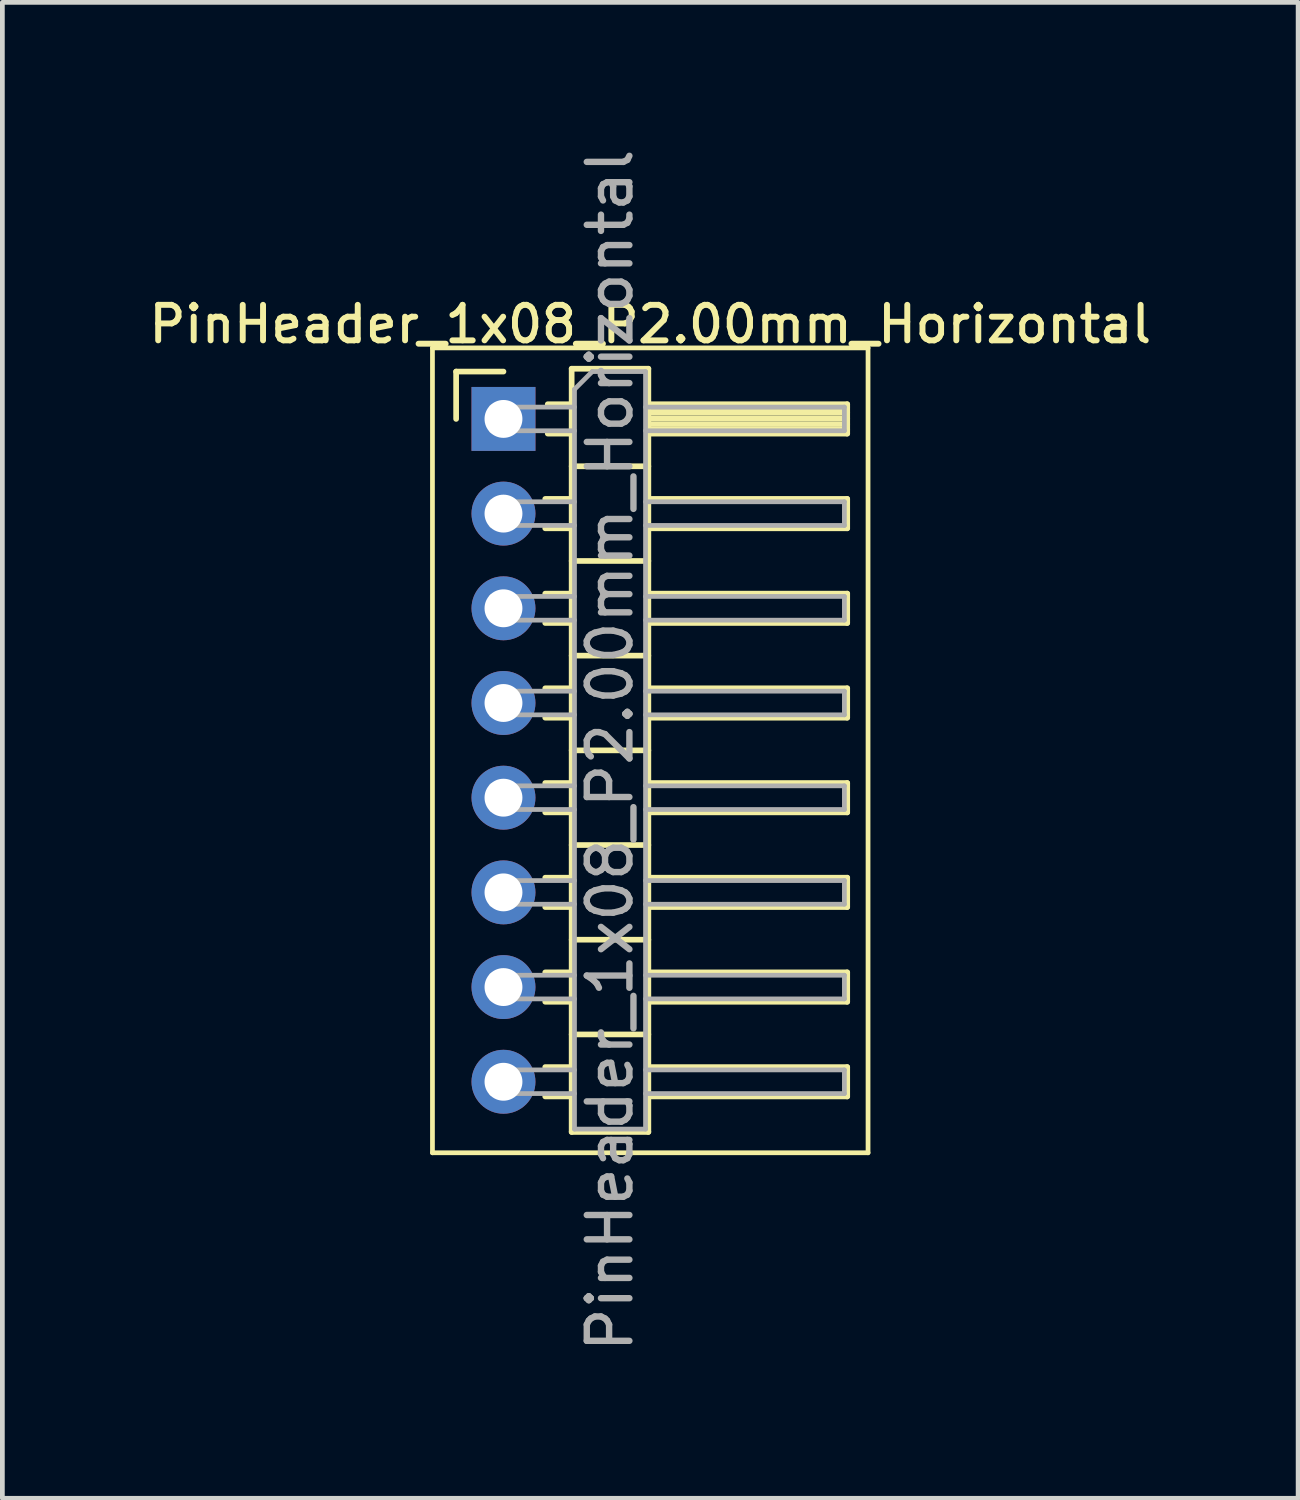
<source format=kicad_pcb>
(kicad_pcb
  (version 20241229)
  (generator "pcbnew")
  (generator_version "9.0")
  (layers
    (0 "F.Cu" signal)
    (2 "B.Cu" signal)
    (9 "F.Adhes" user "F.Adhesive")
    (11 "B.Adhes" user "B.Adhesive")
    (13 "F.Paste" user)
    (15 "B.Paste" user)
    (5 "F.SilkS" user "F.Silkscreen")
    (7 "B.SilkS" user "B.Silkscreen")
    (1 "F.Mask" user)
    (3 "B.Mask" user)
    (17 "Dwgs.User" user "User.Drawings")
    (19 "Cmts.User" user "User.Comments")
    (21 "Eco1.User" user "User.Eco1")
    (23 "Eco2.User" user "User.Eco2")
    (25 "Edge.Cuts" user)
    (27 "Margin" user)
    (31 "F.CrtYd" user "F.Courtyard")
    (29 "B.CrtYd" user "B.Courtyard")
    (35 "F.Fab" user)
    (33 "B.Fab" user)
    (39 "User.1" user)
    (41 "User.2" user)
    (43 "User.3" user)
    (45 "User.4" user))
  (footprint "PinHeader_1x08_P2.00mm_Horizontal"
    (layer "F.Cu")
    (at 7.584 5.798)
    (property "Reference" "PinHeader_1x08_P2.00mm_Horizontal" (at 3.1 -2 0) (layer "F.SilkS") (effects (font (size 0.75 0.75) (thickness 0.125))))
    (attr through_hole)
    (fp_line (start -1.5 -1.5) (end -1.5 15.5) (stroke (width 0.1) (type solid)) (layer "F.SilkS"))
    (fp_line (start -1.5 15.5) (end 7.7 15.5) (stroke (width 0.1) (type solid)) (layer "F.SilkS"))
    (fp_line (start -1 -1) (end 0 -1) (stroke (width 0.12) (type solid)) (layer "F.SilkS"))
    (fp_line (start -1 0) (end -1 -1) (stroke (width 0.12) (type solid)) (layer "F.SilkS"))
    (fp_line (start 0.882 1.69) (end 1.44 1.69) (stroke (width 0.12) (type solid)) (layer "F.SilkS"))
    (fp_line (start 0.882 2.31) (end 1.44 2.31) (stroke (width 0.12) (type solid)) (layer "F.SilkS"))
    (fp_line (start 0.882 3.69) (end 1.44 3.69) (stroke (width 0.12) (type solid)) (layer "F.SilkS"))
    (fp_line (start 0.882 4.31) (end 1.44 4.31) (stroke (width 0.12) (type solid)) (layer "F.SilkS"))
    (fp_line (start 0.882 5.69) (end 1.44 5.69) (stroke (width 0.12) (type solid)) (layer "F.SilkS"))
    (fp_line (start 0.882 6.31) (end 1.44 6.31) (stroke (width 0.12) (type solid)) (layer "F.SilkS"))
    (fp_line (start 0.882 7.69) (end 1.44 7.69) (stroke (width 0.12) (type solid)) (layer "F.SilkS"))
    (fp_line (start 0.882 8.31) (end 1.44 8.31) (stroke (width 0.12) (type solid)) (layer "F.SilkS"))
    (fp_line (start 0.882 9.69) (end 1.44 9.69) (stroke (width 0.12) (type solid)) (layer "F.SilkS"))
    (fp_line (start 0.882 10.31) (end 1.44 10.31) (stroke (width 0.12) (type solid)) (layer "F.SilkS"))
    (fp_line (start 0.882 11.69) (end 1.44 11.69) (stroke (width 0.12) (type solid)) (layer "F.SilkS"))
    (fp_line (start 0.882 12.31) (end 1.44 12.31) (stroke (width 0.12) (type solid)) (layer "F.SilkS"))
    (fp_line (start 0.882 13.69) (end 1.44 13.69) (stroke (width 0.12) (type solid)) (layer "F.SilkS"))
    (fp_line (start 0.882 14.31) (end 1.44 14.31) (stroke (width 0.12) (type solid)) (layer "F.SilkS"))
    (fp_line (start 0.935 -0.31) (end 1.44 -0.31) (stroke (width 0.12) (type solid)) (layer "F.SilkS"))
    (fp_line (start 0.935 0.31) (end 1.44 0.31) (stroke (width 0.12) (type solid)) (layer "F.SilkS"))
    (fp_line (start 1.44 -1.06) (end 1.44 15.06) (stroke (width 0.12) (type solid)) (layer "F.SilkS"))
    (fp_line (start 1.44 1) (end 3.06 1) (stroke (width 0.12) (type solid)) (layer "F.SilkS"))
    (fp_line (start 1.44 3) (end 3.06 3) (stroke (width 0.12) (type solid)) (layer "F.SilkS"))
    (fp_line (start 1.44 5) (end 3.06 5) (stroke (width 0.12) (type solid)) (layer "F.SilkS"))
    (fp_line (start 1.44 7) (end 3.06 7) (stroke (width 0.12) (type solid)) (layer "F.SilkS"))
    (fp_line (start 1.44 9) (end 3.06 9) (stroke (width 0.12) (type solid)) (layer "F.SilkS"))
    (fp_line (start 1.44 11) (end 3.06 11) (stroke (width 0.12) (type solid)) (layer "F.SilkS"))
    (fp_line (start 1.44 13) (end 3.06 13) (stroke (width 0.12) (type solid)) (layer "F.SilkS"))
    (fp_line (start 1.44 15.06) (end 3.06 15.06) (stroke (width 0.12) (type solid)) (layer "F.SilkS"))
    (fp_line (start 3.06 -1.06) (end 1.44 -1.06) (stroke (width 0.12) (type solid)) (layer "F.SilkS"))
    (fp_line (start 3.06 -0.31) (end 7.26 -0.31) (stroke (width 0.12) (type solid)) (layer "F.SilkS"))
    (fp_line (start 3.06 -0.25) (end 7.26 -0.25) (stroke (width 0.12) (type solid)) (layer "F.SilkS"))
    (fp_line (start 3.06 -0.13) (end 7.26 -0.13) (stroke (width 0.12) (type solid)) (layer "F.SilkS"))
    (fp_line (start 3.06 -0.01) (end 7.26 -0.01) (stroke (width 0.12) (type solid)) (layer "F.SilkS"))
    (fp_line (start 3.06 0.11) (end 7.26 0.11) (stroke (width 0.12) (type solid)) (layer "F.SilkS"))
    (fp_line (start 3.06 0.23) (end 7.26 0.23) (stroke (width 0.12) (type solid)) (layer "F.SilkS"))
    (fp_line (start 3.06 1.69) (end 7.26 1.69) (stroke (width 0.12) (type solid)) (layer "F.SilkS"))
    (fp_line (start 3.06 3.69) (end 7.26 3.69) (stroke (width 0.12) (type solid)) (layer "F.SilkS"))
    (fp_line (start 3.06 5.69) (end 7.26 5.69) (stroke (width 0.12) (type solid)) (layer "F.SilkS"))
    (fp_line (start 3.06 7.69) (end 7.26 7.69) (stroke (width 0.12) (type solid)) (layer "F.SilkS"))
    (fp_line (start 3.06 9.69) (end 7.26 9.69) (stroke (width 0.12) (type solid)) (layer "F.SilkS"))
    (fp_line (start 3.06 11.69) (end 7.26 11.69) (stroke (width 0.12) (type solid)) (layer "F.SilkS"))
    (fp_line (start 3.06 13.69) (end 7.26 13.69) (stroke (width 0.12) (type solid)) (layer "F.SilkS"))
    (fp_line (start 3.06 15.06) (end 3.06 -1.06) (stroke (width 0.12) (type solid)) (layer "F.SilkS"))
    (fp_line (start 7.26 -0.31) (end 7.26 0.31) (stroke (width 0.12) (type solid)) (layer "F.SilkS"))
    (fp_line (start 7.26 0.31) (end 3.06 0.31) (stroke (width 0.12) (type solid)) (layer "F.SilkS"))
    (fp_line (start 7.26 1.69) (end 7.26 2.31) (stroke (width 0.12) (type solid)) (layer "F.SilkS"))
    (fp_line (start 7.26 2.31) (end 3.06 2.31) (stroke (width 0.12) (type solid)) (layer "F.SilkS"))
    (fp_line (start 7.26 3.69) (end 7.26 4.31) (stroke (width 0.12) (type solid)) (layer "F.SilkS"))
    (fp_line (start 7.26 4.31) (end 3.06 4.31) (stroke (width 0.12) (type solid)) (layer "F.SilkS"))
    (fp_line (start 7.26 5.69) (end 7.26 6.31) (stroke (width 0.12) (type solid)) (layer "F.SilkS"))
    (fp_line (start 7.26 6.31) (end 3.06 6.31) (stroke (width 0.12) (type solid)) (layer "F.SilkS"))
    (fp_line (start 7.26 7.69) (end 7.26 8.31) (stroke (width 0.12) (type solid)) (layer "F.SilkS"))
    (fp_line (start 7.26 8.31) (end 3.06 8.31) (stroke (width 0.12) (type solid)) (layer "F.SilkS"))
    (fp_line (start 7.26 9.69) (end 7.26 10.31) (stroke (width 0.12) (type solid)) (layer "F.SilkS"))
    (fp_line (start 7.26 10.31) (end 3.06 10.31) (stroke (width 0.12) (type solid)) (layer "F.SilkS"))
    (fp_line (start 7.26 11.69) (end 7.26 12.31) (stroke (width 0.12) (type solid)) (layer "F.SilkS"))
    (fp_line (start 7.26 12.31) (end 3.06 12.31) (stroke (width 0.12) (type solid)) (layer "F.SilkS"))
    (fp_line (start 7.26 13.69) (end 7.26 14.31) (stroke (width 0.12) (type solid)) (layer "F.SilkS"))
    (fp_line (start 7.26 14.31) (end 3.06 14.31) (stroke (width 0.12) (type solid)) (layer "F.SilkS"))
    (fp_line (start 7.7 -1.5) (end -1.5 -1.5) (stroke (width 0.1) (type solid)) (layer "F.SilkS"))
    (fp_line (start 7.7 15.5) (end 7.7 -1.5) (stroke (width 0.1) (type solid)) (layer "F.SilkS"))
    (fp_line (start -0.25 -0.25) (end -0.25 0.25) (stroke (width 0.1) (type solid)) (layer "F.Fab"))
    (fp_line (start -0.25 -0.25) (end 1.5 -0.25) (stroke (width 0.1) (type solid)) (layer "F.Fab"))
    (fp_line (start -0.25 0.25) (end 1.5 0.25) (stroke (width 0.1) (type solid)) (layer "F.Fab"))
    (fp_line (start -0.25 1.75) (end -0.25 2.25) (stroke (width 0.1) (type solid)) (layer "F.Fab"))
    (fp_line (start -0.25 1.75) (end 1.5 1.75) (stroke (width 0.1) (type solid)) (layer "F.Fab"))
    (fp_line (start -0.25 2.25) (end 1.5 2.25) (stroke (width 0.1) (type solid)) (layer "F.Fab"))
    (fp_line (start -0.25 3.75) (end -0.25 4.25) (stroke (width 0.1) (type solid)) (layer "F.Fab"))
    (fp_line (start -0.25 3.75) (end 1.5 3.75) (stroke (width 0.1) (type solid)) (layer "F.Fab"))
    (fp_line (start -0.25 4.25) (end 1.5 4.25) (stroke (width 0.1) (type solid)) (layer "F.Fab"))
    (fp_line (start -0.25 5.75) (end -0.25 6.25) (stroke (width 0.1) (type solid)) (layer "F.Fab"))
    (fp_line (start -0.25 5.75) (end 1.5 5.75) (stroke (width 0.1) (type solid)) (layer "F.Fab"))
    (fp_line (start -0.25 6.25) (end 1.5 6.25) (stroke (width 0.1) (type solid)) (layer "F.Fab"))
    (fp_line (start -0.25 7.75) (end -0.25 8.25) (stroke (width 0.1) (type solid)) (layer "F.Fab"))
    (fp_line (start -0.25 7.75) (end 1.5 7.75) (stroke (width 0.1) (type solid)) (layer "F.Fab"))
    (fp_line (start -0.25 8.25) (end 1.5 8.25) (stroke (width 0.1) (type solid)) (layer "F.Fab"))
    (fp_line (start -0.25 9.75) (end -0.25 10.25) (stroke (width 0.1) (type solid)) (layer "F.Fab"))
    (fp_line (start -0.25 9.75) (end 1.5 9.75) (stroke (width 0.1) (type solid)) (layer "F.Fab"))
    (fp_line (start -0.25 10.25) (end 1.5 10.25) (stroke (width 0.1) (type solid)) (layer "F.Fab"))
    (fp_line (start -0.25 11.75) (end -0.25 12.25) (stroke (width 0.1) (type solid)) (layer "F.Fab"))
    (fp_line (start -0.25 11.75) (end 1.5 11.75) (stroke (width 0.1) (type solid)) (layer "F.Fab"))
    (fp_line (start -0.25 12.25) (end 1.5 12.25) (stroke (width 0.1) (type solid)) (layer "F.Fab"))
    (fp_line (start -0.25 13.75) (end -0.25 14.25) (stroke (width 0.1) (type solid)) (layer "F.Fab"))
    (fp_line (start -0.25 13.75) (end 1.5 13.75) (stroke (width 0.1) (type solid)) (layer "F.Fab"))
    (fp_line (start -0.25 14.25) (end 1.5 14.25) (stroke (width 0.1) (type solid)) (layer "F.Fab"))
    (fp_line (start 1.5 -0.625) (end 1.875 -1) (stroke (width 0.1) (type solid)) (layer "F.Fab"))
    (fp_line (start 1.5 15) (end 1.5 -0.625) (stroke (width 0.1) (type solid)) (layer "F.Fab"))
    (fp_line (start 1.875 -1) (end 3 -1) (stroke (width 0.1) (type solid)) (layer "F.Fab"))
    (fp_line (start 3 -1) (end 3 15) (stroke (width 0.1) (type solid)) (layer "F.Fab"))
    (fp_line (start 3 -0.25) (end 7.2 -0.25) (stroke (width 0.1) (type solid)) (layer "F.Fab"))
    (fp_line (start 3 0.25) (end 7.2 0.25) (stroke (width 0.1) (type solid)) (layer "F.Fab"))
    (fp_line (start 3 1.75) (end 7.2 1.75) (stroke (width 0.1) (type solid)) (layer "F.Fab"))
    (fp_line (start 3 2.25) (end 7.2 2.25) (stroke (width 0.1) (type solid)) (layer "F.Fab"))
    (fp_line (start 3 3.75) (end 7.2 3.75) (stroke (width 0.1) (type solid)) (layer "F.Fab"))
    (fp_line (start 3 4.25) (end 7.2 4.25) (stroke (width 0.1) (type solid)) (layer "F.Fab"))
    (fp_line (start 3 5.75) (end 7.2 5.75) (stroke (width 0.1) (type solid)) (layer "F.Fab"))
    (fp_line (start 3 6.25) (end 7.2 6.25) (stroke (width 0.1) (type solid)) (layer "F.Fab"))
    (fp_line (start 3 7.75) (end 7.2 7.75) (stroke (width 0.1) (type solid)) (layer "F.Fab"))
    (fp_line (start 3 8.25) (end 7.2 8.25) (stroke (width 0.1) (type solid)) (layer "F.Fab"))
    (fp_line (start 3 9.75) (end 7.2 9.75) (stroke (width 0.1) (type solid)) (layer "F.Fab"))
    (fp_line (start 3 10.25) (end 7.2 10.25) (stroke (width 0.1) (type solid)) (layer "F.Fab"))
    (fp_line (start 3 11.75) (end 7.2 11.75) (stroke (width 0.1) (type solid)) (layer "F.Fab"))
    (fp_line (start 3 12.25) (end 7.2 12.25) (stroke (width 0.1) (type solid)) (layer "F.Fab"))
    (fp_line (start 3 13.75) (end 7.2 13.75) (stroke (width 0.1) (type solid)) (layer "F.Fab"))
    (fp_line (start 3 14.25) (end 7.2 14.25) (stroke (width 0.1) (type solid)) (layer "F.Fab"))
    (fp_line (start 3 15) (end 1.5 15) (stroke (width 0.1) (type solid)) (layer "F.Fab"))
    (fp_line (start 7.2 -0.25) (end 7.2 0.25) (stroke (width 0.1) (type solid)) (layer "F.Fab"))
    (fp_line (start 7.2 1.75) (end 7.2 2.25) (stroke (width 0.1) (type solid)) (layer "F.Fab"))
    (fp_line (start 7.2 3.75) (end 7.2 4.25) (stroke (width 0.1) (type solid)) (layer "F.Fab"))
    (fp_line (start 7.2 5.75) (end 7.2 6.25) (stroke (width 0.1) (type solid)) (layer "F.Fab"))
    (fp_line (start 7.2 7.75) (end 7.2 8.25) (stroke (width 0.1) (type solid)) (layer "F.Fab"))
    (fp_line (start 7.2 9.75) (end 7.2 10.25) (stroke (width 0.1) (type solid)) (layer "F.Fab"))
    (fp_line (start 7.2 11.75) (end 7.2 12.25) (stroke (width 0.1) (type solid)) (layer "F.Fab"))
    (fp_line (start 7.2 13.75) (end 7.2 14.25) (stroke (width 0.1) (type solid)) (layer "F.Fab"))
    (fp_text user "${REFERENCE}" (at 2.25 7 90) (layer "F.Fab") (effects (font (size 0.9 0.9) (thickness 0.135))))
    (pad "1" thru_hole rect (at 0 0) (size 1.35 1.35) (drill 0.8) (layers "*.Cu" "*.Mask"))
    (pad "2" thru_hole oval (at 0 2) (size 1.35 1.35) (drill 0.8) (layers "*.Cu" "*.Mask"))
    (pad "3" thru_hole oval (at 0 4) (size 1.35 1.35) (drill 0.8) (layers "*.Cu" "*.Mask"))
    (pad "4" thru_hole oval (at 0 6) (size 1.35 1.35) (drill 0.8) (layers "*.Cu" "*.Mask"))
    (pad "5" thru_hole oval (at 0 8) (size 1.35 1.35) (drill 0.8) (layers "*.Cu" "*.Mask"))
    (pad "6" thru_hole oval (at 0 10) (size 1.35 1.35) (drill 0.8) (layers "*.Cu" "*.Mask"))
    (pad "7" thru_hole oval (at 0 12) (size 1.35 1.35) (drill 0.8) (layers "*.Cu" "*.Mask"))
    (pad "8" thru_hole oval (at 0 14) (size 1.35 1.35) (drill 0.8) (layers "*.Cu" "*.Mask")))
  (gr_rect
    (start -3 -3)
    (end 24.368 28.596)
    (stroke (width 0.1) (type default))
    (fill no)
    (layer "Edge.Cuts")))
</source>
